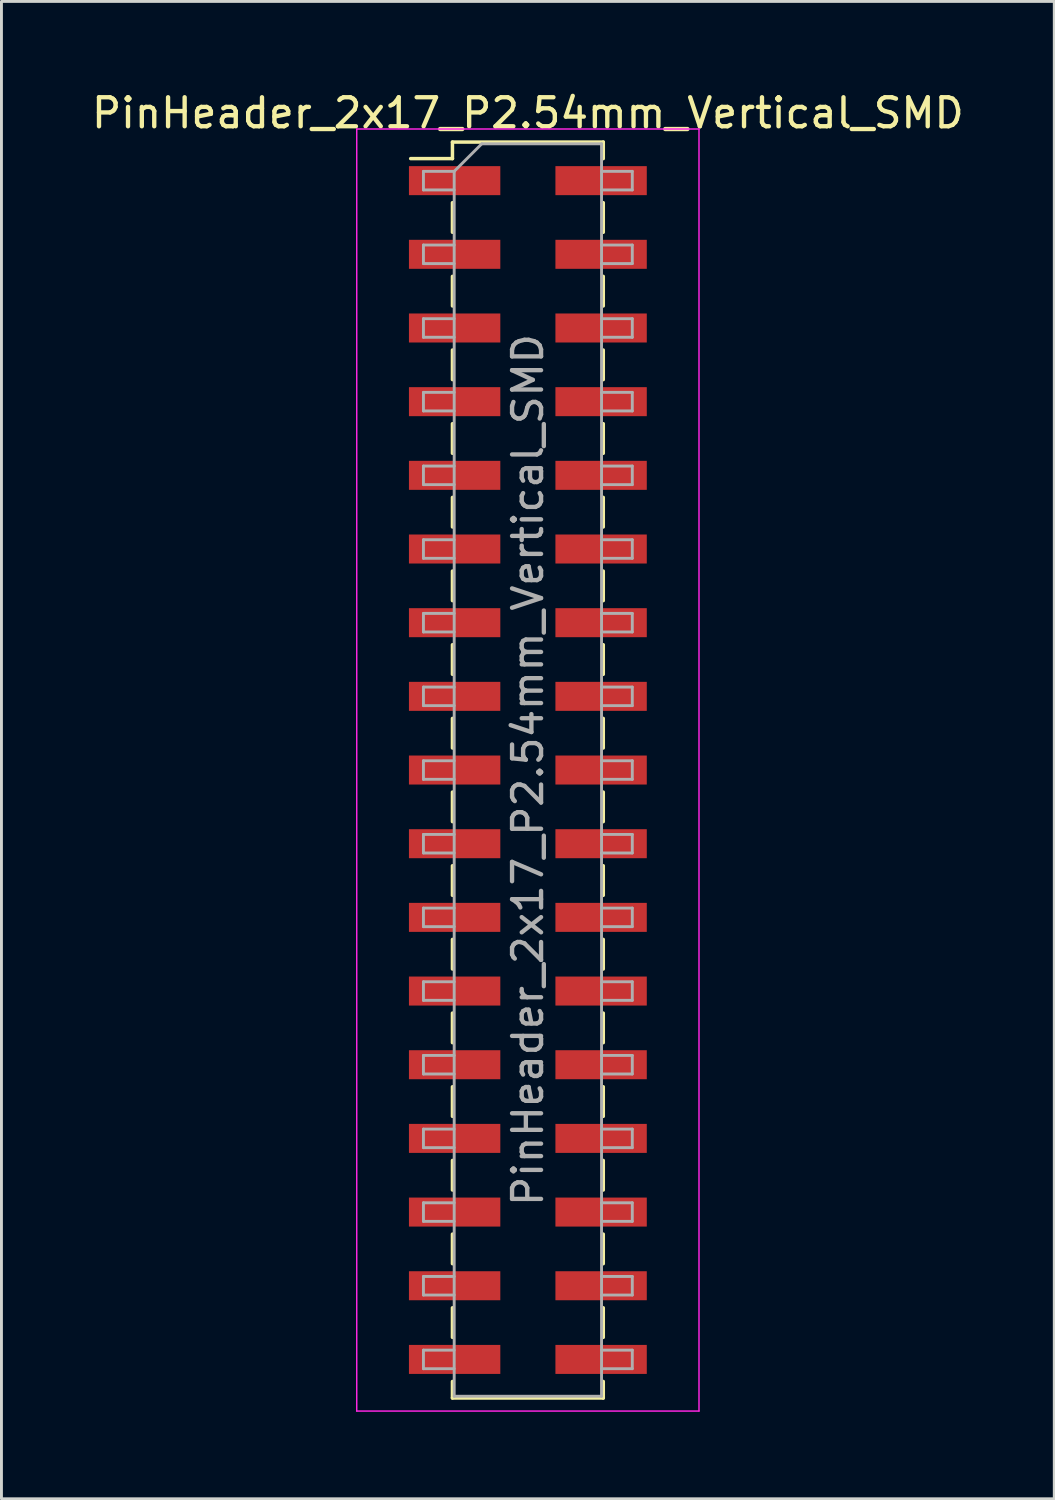
<source format=kicad_pcb>
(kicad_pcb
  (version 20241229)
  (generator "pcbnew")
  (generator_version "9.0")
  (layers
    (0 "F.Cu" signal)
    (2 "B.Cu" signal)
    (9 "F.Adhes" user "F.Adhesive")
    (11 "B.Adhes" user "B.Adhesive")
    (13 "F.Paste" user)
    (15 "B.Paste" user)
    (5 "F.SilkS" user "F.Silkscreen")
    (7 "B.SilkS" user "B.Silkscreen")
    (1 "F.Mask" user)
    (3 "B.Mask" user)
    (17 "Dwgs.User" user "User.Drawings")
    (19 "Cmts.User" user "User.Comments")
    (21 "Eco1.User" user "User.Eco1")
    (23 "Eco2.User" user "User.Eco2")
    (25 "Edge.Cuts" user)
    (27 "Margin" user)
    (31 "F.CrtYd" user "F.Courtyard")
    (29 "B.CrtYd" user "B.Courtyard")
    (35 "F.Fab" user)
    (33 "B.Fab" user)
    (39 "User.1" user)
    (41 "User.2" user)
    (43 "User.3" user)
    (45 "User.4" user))
  (footprint "PinHeader_2x17_P2.54mm_Vertical_SMD"
    (layer "F.Cu")
    (at 15.149 23.498)
    (property "Reference" "PinHeader_2x17_P2.54mm_Vertical_SMD" (at 0 -22.65 0) (layer "F.SilkS") (effects (font (size 1 1) (thickness 0.15))))
    (attr smd)
    (fp_line (start -4.04 -21.08) (end -2.6 -21.08) (stroke (width 0.12) (type solid)) (layer "F.SilkS"))
    (fp_line (start -2.6 -21.65) (end -2.6 -21.08) (stroke (width 0.12) (type solid)) (layer "F.SilkS"))
    (fp_line (start -2.6 -21.65) (end 2.6 -21.65) (stroke (width 0.12) (type solid)) (layer "F.SilkS"))
    (fp_line (start -2.6 -19.56) (end -2.6 -18.54) (stroke (width 0.12) (type solid)) (layer "F.SilkS"))
    (fp_line (start -2.6 -17.02) (end -2.6 -16) (stroke (width 0.12) (type solid)) (layer "F.SilkS"))
    (fp_line (start -2.6 -14.48) (end -2.6 -13.46) (stroke (width 0.12) (type solid)) (layer "F.SilkS"))
    (fp_line (start -2.6 -11.94) (end -2.6 -10.92) (stroke (width 0.12) (type solid)) (layer "F.SilkS"))
    (fp_line (start -2.6 -9.4) (end -2.6 -8.38) (stroke (width 0.12) (type solid)) (layer "F.SilkS"))
    (fp_line (start -2.6 -6.86) (end -2.6 -5.84) (stroke (width 0.12) (type solid)) (layer "F.SilkS"))
    (fp_line (start -2.6 -4.32) (end -2.6 -3.3) (stroke (width 0.12) (type solid)) (layer "F.SilkS"))
    (fp_line (start -2.6 -1.78) (end -2.6 -0.76) (stroke (width 0.12) (type solid)) (layer "F.SilkS"))
    (fp_line (start -2.6 0.76) (end -2.6 1.78) (stroke (width 0.12) (type solid)) (layer "F.SilkS"))
    (fp_line (start -2.6 3.3) (end -2.6 4.32) (stroke (width 0.12) (type solid)) (layer "F.SilkS"))
    (fp_line (start -2.6 5.84) (end -2.6 6.86) (stroke (width 0.12) (type solid)) (layer "F.SilkS"))
    (fp_line (start -2.6 8.38) (end -2.6 9.4) (stroke (width 0.12) (type solid)) (layer "F.SilkS"))
    (fp_line (start -2.6 10.92) (end -2.6 11.94) (stroke (width 0.12) (type solid)) (layer "F.SilkS"))
    (fp_line (start -2.6 13.46) (end -2.6 14.48) (stroke (width 0.12) (type solid)) (layer "F.SilkS"))
    (fp_line (start -2.6 16) (end -2.6 17.02) (stroke (width 0.12) (type solid)) (layer "F.SilkS"))
    (fp_line (start -2.6 18.54) (end -2.6 19.56) (stroke (width 0.12) (type solid)) (layer "F.SilkS"))
    (fp_line (start -2.6 21.08) (end -2.6 21.65) (stroke (width 0.12) (type solid)) (layer "F.SilkS"))
    (fp_line (start -2.6 21.65) (end 2.6 21.65) (stroke (width 0.12) (type solid)) (layer "F.SilkS"))
    (fp_line (start 2.6 -21.65) (end 2.6 -21.08) (stroke (width 0.12) (type solid)) (layer "F.SilkS"))
    (fp_line (start 2.6 -19.56) (end 2.6 -18.54) (stroke (width 0.12) (type solid)) (layer "F.SilkS"))
    (fp_line (start 2.6 -17.02) (end 2.6 -16) (stroke (width 0.12) (type solid)) (layer "F.SilkS"))
    (fp_line (start 2.6 -14.48) (end 2.6 -13.46) (stroke (width 0.12) (type solid)) (layer "F.SilkS"))
    (fp_line (start 2.6 -11.94) (end 2.6 -10.92) (stroke (width 0.12) (type solid)) (layer "F.SilkS"))
    (fp_line (start 2.6 -9.4) (end 2.6 -8.38) (stroke (width 0.12) (type solid)) (layer "F.SilkS"))
    (fp_line (start 2.6 -6.86) (end 2.6 -5.84) (stroke (width 0.12) (type solid)) (layer "F.SilkS"))
    (fp_line (start 2.6 -4.32) (end 2.6 -3.3) (stroke (width 0.12) (type solid)) (layer "F.SilkS"))
    (fp_line (start 2.6 -1.78) (end 2.6 -0.76) (stroke (width 0.12) (type solid)) (layer "F.SilkS"))
    (fp_line (start 2.6 0.76) (end 2.6 1.78) (stroke (width 0.12) (type solid)) (layer "F.SilkS"))
    (fp_line (start 2.6 3.3) (end 2.6 4.32) (stroke (width 0.12) (type solid)) (layer "F.SilkS"))
    (fp_line (start 2.6 5.84) (end 2.6 6.86) (stroke (width 0.12) (type solid)) (layer "F.SilkS"))
    (fp_line (start 2.6 8.38) (end 2.6 9.4) (stroke (width 0.12) (type solid)) (layer "F.SilkS"))
    (fp_line (start 2.6 10.92) (end 2.6 11.94) (stroke (width 0.12) (type solid)) (layer "F.SilkS"))
    (fp_line (start 2.6 13.46) (end 2.6 14.48) (stroke (width 0.12) (type solid)) (layer "F.SilkS"))
    (fp_line (start 2.6 16) (end 2.6 17.02) (stroke (width 0.12) (type solid)) (layer "F.SilkS"))
    (fp_line (start 2.6 18.54) (end 2.6 19.56) (stroke (width 0.12) (type solid)) (layer "F.SilkS"))
    (fp_line (start 2.6 21.08) (end 2.6 21.65) (stroke (width 0.12) (type solid)) (layer "F.SilkS"))
    (fp_line (start -5.9 -22.1) (end -5.9 22.1) (stroke (width 0.05) (type solid)) (layer "F.CrtYd"))
    (fp_line (start -5.9 22.1) (end 5.9 22.1) (stroke (width 0.05) (type solid)) (layer "F.CrtYd"))
    (fp_line (start 5.9 -22.1) (end -5.9 -22.1) (stroke (width 0.05) (type solid)) (layer "F.CrtYd"))
    (fp_line (start 5.9 22.1) (end 5.9 -22.1) (stroke (width 0.05) (type solid)) (layer "F.CrtYd"))
    (fp_line (start -3.6 -20.64) (end -3.6 -20) (stroke (width 0.1) (type solid)) (layer "F.Fab"))
    (fp_line (start -3.6 -20) (end -2.54 -20) (stroke (width 0.1) (type solid)) (layer "F.Fab"))
    (fp_line (start -3.6 -18.1) (end -3.6 -17.46) (stroke (width 0.1) (type solid)) (layer "F.Fab"))
    (fp_line (start -3.6 -17.46) (end -2.54 -17.46) (stroke (width 0.1) (type solid)) (layer "F.Fab"))
    (fp_line (start -3.6 -15.56) (end -3.6 -14.92) (stroke (width 0.1) (type solid)) (layer "F.Fab"))
    (fp_line (start -3.6 -14.92) (end -2.54 -14.92) (stroke (width 0.1) (type solid)) (layer "F.Fab"))
    (fp_line (start -3.6 -13.02) (end -3.6 -12.38) (stroke (width 0.1) (type solid)) (layer "F.Fab"))
    (fp_line (start -3.6 -12.38) (end -2.54 -12.38) (stroke (width 0.1) (type solid)) (layer "F.Fab"))
    (fp_line (start -3.6 -10.48) (end -3.6 -9.84) (stroke (width 0.1) (type solid)) (layer "F.Fab"))
    (fp_line (start -3.6 -9.84) (end -2.54 -9.84) (stroke (width 0.1) (type solid)) (layer "F.Fab"))
    (fp_line (start -3.6 -7.94) (end -3.6 -7.3) (stroke (width 0.1) (type solid)) (layer "F.Fab"))
    (fp_line (start -3.6 -7.3) (end -2.54 -7.3) (stroke (width 0.1) (type solid)) (layer "F.Fab"))
    (fp_line (start -3.6 -5.4) (end -3.6 -4.76) (stroke (width 0.1) (type solid)) (layer "F.Fab"))
    (fp_line (start -3.6 -4.76) (end -2.54 -4.76) (stroke (width 0.1) (type solid)) (layer "F.Fab"))
    (fp_line (start -3.6 -2.86) (end -3.6 -2.22) (stroke (width 0.1) (type solid)) (layer "F.Fab"))
    (fp_line (start -3.6 -2.22) (end -2.54 -2.22) (stroke (width 0.1) (type solid)) (layer "F.Fab"))
    (fp_line (start -3.6 -0.32) (end -3.6 0.32) (stroke (width 0.1) (type solid)) (layer "F.Fab"))
    (fp_line (start -3.6 0.32) (end -2.54 0.32) (stroke (width 0.1) (type solid)) (layer "F.Fab"))
    (fp_line (start -3.6 2.22) (end -3.6 2.86) (stroke (width 0.1) (type solid)) (layer "F.Fab"))
    (fp_line (start -3.6 2.86) (end -2.54 2.86) (stroke (width 0.1) (type solid)) (layer "F.Fab"))
    (fp_line (start -3.6 4.76) (end -3.6 5.4) (stroke (width 0.1) (type solid)) (layer "F.Fab"))
    (fp_line (start -3.6 5.4) (end -2.54 5.4) (stroke (width 0.1) (type solid)) (layer "F.Fab"))
    (fp_line (start -3.6 7.3) (end -3.6 7.94) (stroke (width 0.1) (type solid)) (layer "F.Fab"))
    (fp_line (start -3.6 7.94) (end -2.54 7.94) (stroke (width 0.1) (type solid)) (layer "F.Fab"))
    (fp_line (start -3.6 9.84) (end -3.6 10.48) (stroke (width 0.1) (type solid)) (layer "F.Fab"))
    (fp_line (start -3.6 10.48) (end -2.54 10.48) (stroke (width 0.1) (type solid)) (layer "F.Fab"))
    (fp_line (start -3.6 12.38) (end -3.6 13.02) (stroke (width 0.1) (type solid)) (layer "F.Fab"))
    (fp_line (start -3.6 13.02) (end -2.54 13.02) (stroke (width 0.1) (type solid)) (layer "F.Fab"))
    (fp_line (start -3.6 14.92) (end -3.6 15.56) (stroke (width 0.1) (type solid)) (layer "F.Fab"))
    (fp_line (start -3.6 15.56) (end -2.54 15.56) (stroke (width 0.1) (type solid)) (layer "F.Fab"))
    (fp_line (start -3.6 17.46) (end -3.6 18.1) (stroke (width 0.1) (type solid)) (layer "F.Fab"))
    (fp_line (start -3.6 18.1) (end -2.54 18.1) (stroke (width 0.1) (type solid)) (layer "F.Fab"))
    (fp_line (start -3.6 20) (end -3.6 20.64) (stroke (width 0.1) (type solid)) (layer "F.Fab"))
    (fp_line (start -3.6 20.64) (end -2.54 20.64) (stroke (width 0.1) (type solid)) (layer "F.Fab"))
    (fp_line (start -2.54 -20.64) (end -3.6 -20.64) (stroke (width 0.1) (type solid)) (layer "F.Fab"))
    (fp_line (start -2.54 -20.64) (end -1.59 -21.59) (stroke (width 0.1) (type solid)) (layer "F.Fab"))
    (fp_line (start -2.54 -18.1) (end -3.6 -18.1) (stroke (width 0.1) (type solid)) (layer "F.Fab"))
    (fp_line (start -2.54 -15.56) (end -3.6 -15.56) (stroke (width 0.1) (type solid)) (layer "F.Fab"))
    (fp_line (start -2.54 -13.02) (end -3.6 -13.02) (stroke (width 0.1) (type solid)) (layer "F.Fab"))
    (fp_line (start -2.54 -10.48) (end -3.6 -10.48) (stroke (width 0.1) (type solid)) (layer "F.Fab"))
    (fp_line (start -2.54 -7.94) (end -3.6 -7.94) (stroke (width 0.1) (type solid)) (layer "F.Fab"))
    (fp_line (start -2.54 -5.4) (end -3.6 -5.4) (stroke (width 0.1) (type solid)) (layer "F.Fab"))
    (fp_line (start -2.54 -2.86) (end -3.6 -2.86) (stroke (width 0.1) (type solid)) (layer "F.Fab"))
    (fp_line (start -2.54 -0.32) (end -3.6 -0.32) (stroke (width 0.1) (type solid)) (layer "F.Fab"))
    (fp_line (start -2.54 2.22) (end -3.6 2.22) (stroke (width 0.1) (type solid)) (layer "F.Fab"))
    (fp_line (start -2.54 4.76) (end -3.6 4.76) (stroke (width 0.1) (type solid)) (layer "F.Fab"))
    (fp_line (start -2.54 7.3) (end -3.6 7.3) (stroke (width 0.1) (type solid)) (layer "F.Fab"))
    (fp_line (start -2.54 9.84) (end -3.6 9.84) (stroke (width 0.1) (type solid)) (layer "F.Fab"))
    (fp_line (start -2.54 12.38) (end -3.6 12.38) (stroke (width 0.1) (type solid)) (layer "F.Fab"))
    (fp_line (start -2.54 14.92) (end -3.6 14.92) (stroke (width 0.1) (type solid)) (layer "F.Fab"))
    (fp_line (start -2.54 17.46) (end -3.6 17.46) (stroke (width 0.1) (type solid)) (layer "F.Fab"))
    (fp_line (start -2.54 20) (end -3.6 20) (stroke (width 0.1) (type solid)) (layer "F.Fab"))
    (fp_line (start -2.54 21.59) (end -2.54 -20.64) (stroke (width 0.1) (type solid)) (layer "F.Fab"))
    (fp_line (start -1.59 -21.59) (end 2.54 -21.59) (stroke (width 0.1) (type solid)) (layer "F.Fab"))
    (fp_line (start 2.54 -21.59) (end 2.54 21.59) (stroke (width 0.1) (type solid)) (layer "F.Fab"))
    (fp_line (start 2.54 -20.64) (end 3.6 -20.64) (stroke (width 0.1) (type solid)) (layer "F.Fab"))
    (fp_line (start 2.54 -18.1) (end 3.6 -18.1) (stroke (width 0.1) (type solid)) (layer "F.Fab"))
    (fp_line (start 2.54 -15.56) (end 3.6 -15.56) (stroke (width 0.1) (type solid)) (layer "F.Fab"))
    (fp_line (start 2.54 -13.02) (end 3.6 -13.02) (stroke (width 0.1) (type solid)) (layer "F.Fab"))
    (fp_line (start 2.54 -10.48) (end 3.6 -10.48) (stroke (width 0.1) (type solid)) (layer "F.Fab"))
    (fp_line (start 2.54 -7.94) (end 3.6 -7.94) (stroke (width 0.1) (type solid)) (layer "F.Fab"))
    (fp_line (start 2.54 -5.4) (end 3.6 -5.4) (stroke (width 0.1) (type solid)) (layer "F.Fab"))
    (fp_line (start 2.54 -2.86) (end 3.6 -2.86) (stroke (width 0.1) (type solid)) (layer "F.Fab"))
    (fp_line (start 2.54 -0.32) (end 3.6 -0.32) (stroke (width 0.1) (type solid)) (layer "F.Fab"))
    (fp_line (start 2.54 2.22) (end 3.6 2.22) (stroke (width 0.1) (type solid)) (layer "F.Fab"))
    (fp_line (start 2.54 4.76) (end 3.6 4.76) (stroke (width 0.1) (type solid)) (layer "F.Fab"))
    (fp_line (start 2.54 7.3) (end 3.6 7.3) (stroke (width 0.1) (type solid)) (layer "F.Fab"))
    (fp_line (start 2.54 9.84) (end 3.6 9.84) (stroke (width 0.1) (type solid)) (layer "F.Fab"))
    (fp_line (start 2.54 12.38) (end 3.6 12.38) (stroke (width 0.1) (type solid)) (layer "F.Fab"))
    (fp_line (start 2.54 14.92) (end 3.6 14.92) (stroke (width 0.1) (type solid)) (layer "F.Fab"))
    (fp_line (start 2.54 17.46) (end 3.6 17.46) (stroke (width 0.1) (type solid)) (layer "F.Fab"))
    (fp_line (start 2.54 20) (end 3.6 20) (stroke (width 0.1) (type solid)) (layer "F.Fab"))
    (fp_line (start 2.54 21.59) (end -2.54 21.59) (stroke (width 0.1) (type solid)) (layer "F.Fab"))
    (fp_line (start 3.6 -20.64) (end 3.6 -20) (stroke (width 0.1) (type solid)) (layer "F.Fab"))
    (fp_line (start 3.6 -20) (end 2.54 -20) (stroke (width 0.1) (type solid)) (layer "F.Fab"))
    (fp_line (start 3.6 -18.1) (end 3.6 -17.46) (stroke (width 0.1) (type solid)) (layer "F.Fab"))
    (fp_line (start 3.6 -17.46) (end 2.54 -17.46) (stroke (width 0.1) (type solid)) (layer "F.Fab"))
    (fp_line (start 3.6 -15.56) (end 3.6 -14.92) (stroke (width 0.1) (type solid)) (layer "F.Fab"))
    (fp_line (start 3.6 -14.92) (end 2.54 -14.92) (stroke (width 0.1) (type solid)) (layer "F.Fab"))
    (fp_line (start 3.6 -13.02) (end 3.6 -12.38) (stroke (width 0.1) (type solid)) (layer "F.Fab"))
    (fp_line (start 3.6 -12.38) (end 2.54 -12.38) (stroke (width 0.1) (type solid)) (layer "F.Fab"))
    (fp_line (start 3.6 -10.48) (end 3.6 -9.84) (stroke (width 0.1) (type solid)) (layer "F.Fab"))
    (fp_line (start 3.6 -9.84) (end 2.54 -9.84) (stroke (width 0.1) (type solid)) (layer "F.Fab"))
    (fp_line (start 3.6 -7.94) (end 3.6 -7.3) (stroke (width 0.1) (type solid)) (layer "F.Fab"))
    (fp_line (start 3.6 -7.3) (end 2.54 -7.3) (stroke (width 0.1) (type solid)) (layer "F.Fab"))
    (fp_line (start 3.6 -5.4) (end 3.6 -4.76) (stroke (width 0.1) (type solid)) (layer "F.Fab"))
    (fp_line (start 3.6 -4.76) (end 2.54 -4.76) (stroke (width 0.1) (type solid)) (layer "F.Fab"))
    (fp_line (start 3.6 -2.86) (end 3.6 -2.22) (stroke (width 0.1) (type solid)) (layer "F.Fab"))
    (fp_line (start 3.6 -2.22) (end 2.54 -2.22) (stroke (width 0.1) (type solid)) (layer "F.Fab"))
    (fp_line (start 3.6 -0.32) (end 3.6 0.32) (stroke (width 0.1) (type solid)) (layer "F.Fab"))
    (fp_line (start 3.6 0.32) (end 2.54 0.32) (stroke (width 0.1) (type solid)) (layer "F.Fab"))
    (fp_line (start 3.6 2.22) (end 3.6 2.86) (stroke (width 0.1) (type solid)) (layer "F.Fab"))
    (fp_line (start 3.6 2.86) (end 2.54 2.86) (stroke (width 0.1) (type solid)) (layer "F.Fab"))
    (fp_line (start 3.6 4.76) (end 3.6 5.4) (stroke (width 0.1) (type solid)) (layer "F.Fab"))
    (fp_line (start 3.6 5.4) (end 2.54 5.4) (stroke (width 0.1) (type solid)) (layer "F.Fab"))
    (fp_line (start 3.6 7.3) (end 3.6 7.94) (stroke (width 0.1) (type solid)) (layer "F.Fab"))
    (fp_line (start 3.6 7.94) (end 2.54 7.94) (stroke (width 0.1) (type solid)) (layer "F.Fab"))
    (fp_line (start 3.6 9.84) (end 3.6 10.48) (stroke (width 0.1) (type solid)) (layer "F.Fab"))
    (fp_line (start 3.6 10.48) (end 2.54 10.48) (stroke (width 0.1) (type solid)) (layer "F.Fab"))
    (fp_line (start 3.6 12.38) (end 3.6 13.02) (stroke (width 0.1) (type solid)) (layer "F.Fab"))
    (fp_line (start 3.6 13.02) (end 2.54 13.02) (stroke (width 0.1) (type solid)) (layer "F.Fab"))
    (fp_line (start 3.6 14.92) (end 3.6 15.56) (stroke (width 0.1) (type solid)) (layer "F.Fab"))
    (fp_line (start 3.6 15.56) (end 2.54 15.56) (stroke (width 0.1) (type solid)) (layer "F.Fab"))
    (fp_line (start 3.6 17.46) (end 3.6 18.1) (stroke (width 0.1) (type solid)) (layer "F.Fab"))
    (fp_line (start 3.6 18.1) (end 2.54 18.1) (stroke (width 0.1) (type solid)) (layer "F.Fab"))
    (fp_line (start 3.6 20) (end 3.6 20.64) (stroke (width 0.1) (type solid)) (layer "F.Fab"))
    (fp_line (start 3.6 20.64) (end 2.54 20.64) (stroke (width 0.1) (type solid)) (layer "F.Fab"))
    (fp_text user "${REFERENCE}" (at 0 0 90) (layer "F.Fab") (effects (font (size 1 1) (thickness 0.15))))
    (pad "1" smd rect (at -2.525 -20.32) (size 3.15 1) (layers "F.Cu" "F.Mask" "F.Paste"))
    (pad "2" smd rect (at 2.525 -20.32) (size 3.15 1) (layers "F.Cu" "F.Mask" "F.Paste"))
    (pad "3" smd rect (at -2.525 -17.78) (size 3.15 1) (layers "F.Cu" "F.Mask" "F.Paste"))
    (pad "4" smd rect (at 2.525 -17.78) (size 3.15 1) (layers "F.Cu" "F.Mask" "F.Paste"))
    (pad "5" smd rect (at -2.525 -15.24) (size 3.15 1) (layers "F.Cu" "F.Mask" "F.Paste"))
    (pad "6" smd rect (at 2.525 -15.24) (size 3.15 1) (layers "F.Cu" "F.Mask" "F.Paste"))
    (pad "7" smd rect (at -2.525 -12.7) (size 3.15 1) (layers "F.Cu" "F.Mask" "F.Paste"))
    (pad "8" smd rect (at 2.525 -12.7) (size 3.15 1) (layers "F.Cu" "F.Mask" "F.Paste"))
    (pad "9" smd rect (at -2.525 -10.16) (size 3.15 1) (layers "F.Cu" "F.Mask" "F.Paste"))
    (pad "10" smd rect (at 2.525 -10.16) (size 3.15 1) (layers "F.Cu" "F.Mask" "F.Paste"))
    (pad "11" smd rect (at -2.525 -7.62) (size 3.15 1) (layers "F.Cu" "F.Mask" "F.Paste"))
    (pad "12" smd rect (at 2.525 -7.62) (size 3.15 1) (layers "F.Cu" "F.Mask" "F.Paste"))
    (pad "13" smd rect (at -2.525 -5.08) (size 3.15 1) (layers "F.Cu" "F.Mask" "F.Paste"))
    (pad "14" smd rect (at 2.525 -5.08) (size 3.15 1) (layers "F.Cu" "F.Mask" "F.Paste"))
    (pad "15" smd rect (at -2.525 -2.54) (size 3.15 1) (layers "F.Cu" "F.Mask" "F.Paste"))
    (pad "16" smd rect (at 2.525 -2.54) (size 3.15 1) (layers "F.Cu" "F.Mask" "F.Paste"))
    (pad "17" smd rect (at -2.525 0) (size 3.15 1) (layers "F.Cu" "F.Mask" "F.Paste"))
    (pad "18" smd rect (at 2.525 0) (size 3.15 1) (layers "F.Cu" "F.Mask" "F.Paste"))
    (pad "19" smd rect (at -2.525 2.54) (size 3.15 1) (layers "F.Cu" "F.Mask" "F.Paste"))
    (pad "20" smd rect (at 2.525 2.54) (size 3.15 1) (layers "F.Cu" "F.Mask" "F.Paste"))
    (pad "21" smd rect (at -2.525 5.08) (size 3.15 1) (layers "F.Cu" "F.Mask" "F.Paste"))
    (pad "22" smd rect (at 2.525 5.08) (size 3.15 1) (layers "F.Cu" "F.Mask" "F.Paste"))
    (pad "23" smd rect (at -2.525 7.62) (size 3.15 1) (layers "F.Cu" "F.Mask" "F.Paste"))
    (pad "24" smd rect (at 2.525 7.62) (size 3.15 1) (layers "F.Cu" "F.Mask" "F.Paste"))
    (pad "25" smd rect (at -2.525 10.16) (size 3.15 1) (layers "F.Cu" "F.Mask" "F.Paste"))
    (pad "26" smd rect (at 2.525 10.16) (size 3.15 1) (layers "F.Cu" "F.Mask" "F.Paste"))
    (pad "27" smd rect (at -2.525 12.7) (size 3.15 1) (layers "F.Cu" "F.Mask" "F.Paste"))
    (pad "28" smd rect (at 2.525 12.7) (size 3.15 1) (layers "F.Cu" "F.Mask" "F.Paste"))
    (pad "29" smd rect (at -2.525 15.24) (size 3.15 1) (layers "F.Cu" "F.Mask" "F.Paste"))
    (pad "30" smd rect (at 2.525 15.24) (size 3.15 1) (layers "F.Cu" "F.Mask" "F.Paste"))
    (pad "31" smd rect (at -2.525 17.78) (size 3.15 1) (layers "F.Cu" "F.Mask" "F.Paste"))
    (pad "32" smd rect (at 2.525 17.78) (size 3.15 1) (layers "F.Cu" "F.Mask" "F.Paste"))
    (pad "33" smd rect (at -2.525 20.32) (size 3.15 1) (layers "F.Cu" "F.Mask" "F.Paste"))
    (pad "34" smd rect (at 2.525 20.32) (size 3.15 1) (layers "F.Cu" "F.Mask" "F.Paste")))
  (gr_rect
    (start -3 -3)
    (end 33.298 48.623)
    (stroke (width 0.1) (type default))
    (fill no)
    (layer "Edge.Cuts")))
</source>
